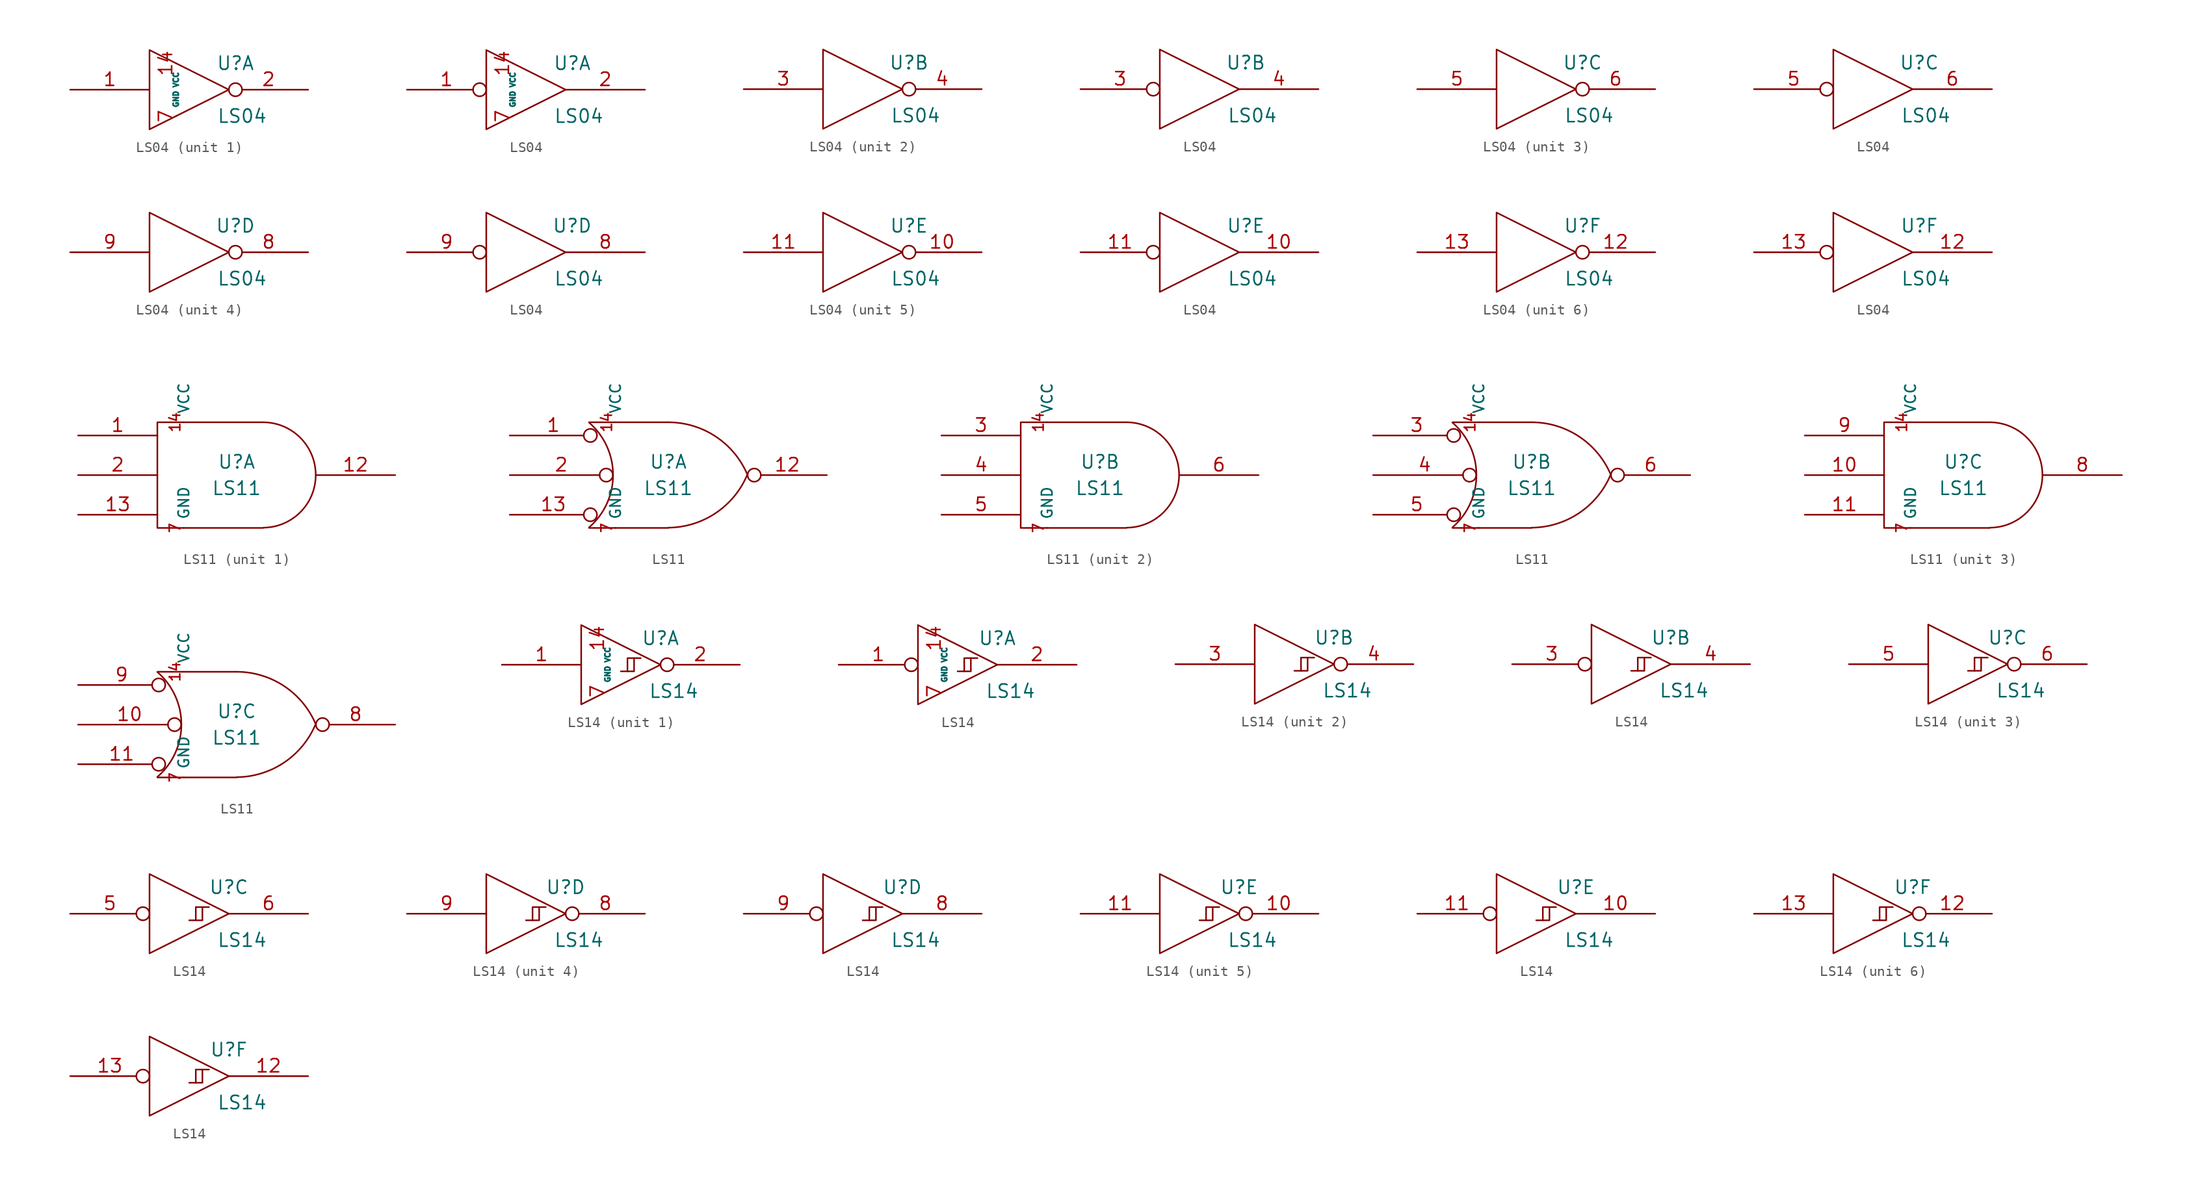
<source format=kicad_sym>
(kicad_symbol_lib
  (version 20211014)
  (generator kicad_symbol_editor)
  (symbol "LS04"
    (pin_names
      (offset 0.762))
    (property "Reference" "U"
      (at 4.445 2.54 0)
      (effects (font (size 1.27 1.27))))
    (property "Value" "LS04"
      (at 5.08 -2.54 0)
      (effects (font (size 1.27 1.27))))
    (symbol "LS04_0_0"
      (polyline (pts (xy -3.81 3.81) (xy -3.81 -3.81) (xy 3.81 0) (xy -3.81 3.81)) (stroke (width 0) (type default) (color 0 0 0 0)) (fill (type none))))
    (symbol "LS04_1_0"
      (pin power_in line (at -1.27 2.54 270) (length 0) (name "VCC" (effects (font (size 0.508 0.508)))) (number "14" (effects (font (size 1.27 1.27)))))
      (pin power_in line (at -1.27 -2.54 90) (length 0) (name "GND" (effects (font (size 0.508 0.508)))) (number "7" (effects (font (size 1.27 1.27))))))
    (symbol "LS04_1_1"
      (pin input line (at -11.43 0 0) (length 7.62) (name "~" (effects (font (size 1.27 1.27)))) (number "1" (effects (font (size 1.27 1.27)))))
      (pin output inverted (at 11.43 0 180) (length 7.62) (name "~" (effects (font (size 1.27 1.27)))) (number "2" (effects (font (size 1.27 1.27))))))
    (symbol "LS04_1_2"
      (pin input inverted (at -11.43 0 0) (length 7.62) (name "~" (effects (font (size 1.27 1.27)))) (number "1" (effects (font (size 1.27 1.27)))))
      (pin output line (at 11.43 0 180) (length 7.62) (name "~" (effects (font (size 1.27 1.27)))) (number "2" (effects (font (size 1.27 1.27))))))
    (symbol "LS04_2_1"
      (pin input line (at -11.43 0 0) (length 7.62) (name "~" (effects (font (size 1.27 1.27)))) (number "3" (effects (font (size 1.27 1.27)))))
      (pin output inverted (at 11.43 0 180) (length 7.62) (name "~" (effects (font (size 1.27 1.27)))) (number "4" (effects (font (size 1.27 1.27))))))
    (symbol "LS04_2_2"
      (pin input inverted (at -11.43 0 0) (length 7.62) (name "~" (effects (font (size 1.27 1.27)))) (number "3" (effects (font (size 1.27 1.27)))))
      (pin output line (at 11.43 0 180) (length 7.62) (name "~" (effects (font (size 1.27 1.27)))) (number "4" (effects (font (size 1.27 1.27))))))
    (symbol "LS04_3_1"
      (pin input line (at -11.43 0 0) (length 7.62) (name "~" (effects (font (size 1.27 1.27)))) (number "5" (effects (font (size 1.27 1.27)))))
      (pin output inverted (at 11.43 0 180) (length 7.62) (name "~" (effects (font (size 1.27 1.27)))) (number "6" (effects (font (size 1.27 1.27))))))
    (symbol "LS04_3_2"
      (pin input inverted (at -11.43 0 0) (length 7.62) (name "~" (effects (font (size 1.27 1.27)))) (number "5" (effects (font (size 1.27 1.27)))))
      (pin output line (at 11.43 0 180) (length 7.62) (name "~" (effects (font (size 1.27 1.27)))) (number "6" (effects (font (size 1.27 1.27))))))
    (symbol "LS04_4_1"
      (pin output inverted (at 11.43 0 180) (length 7.62) (name "~" (effects (font (size 1.27 1.27)))) (number "8" (effects (font (size 1.27 1.27)))))
      (pin input line (at -11.43 0 0) (length 7.62) (name "~" (effects (font (size 1.27 1.27)))) (number "9" (effects (font (size 1.27 1.27))))))
    (symbol "LS04_4_2"
      (pin output line (at 11.43 0 180) (length 7.62) (name "~" (effects (font (size 1.27 1.27)))) (number "8" (effects (font (size 1.27 1.27)))))
      (pin input inverted (at -11.43 0 0) (length 7.62) (name "~" (effects (font (size 1.27 1.27)))) (number "9" (effects (font (size 1.27 1.27))))))
    (symbol "LS04_5_1"
      (pin output inverted (at 11.43 0 180) (length 7.62) (name "~" (effects (font (size 1.27 1.27)))) (number "10" (effects (font (size 1.27 1.27)))))
      (pin input line (at -11.43 0 0) (length 7.62) (name "~" (effects (font (size 1.27 1.27)))) (number "11" (effects (font (size 1.27 1.27))))))
    (symbol "LS04_5_2"
      (pin output line (at 11.43 0 180) (length 7.62) (name "~" (effects (font (size 1.27 1.27)))) (number "10" (effects (font (size 1.27 1.27)))))
      (pin input inverted (at -11.43 0 0) (length 7.62) (name "~" (effects (font (size 1.27 1.27)))) (number "11" (effects (font (size 1.27 1.27))))))
    (symbol "LS04_6_1"
      (pin output inverted (at 11.43 0 180) (length 7.62) (name "~" (effects (font (size 1.27 1.27)))) (number "12" (effects (font (size 1.27 1.27)))))
      (pin input line (at -11.43 0 0) (length 7.62) (name "~" (effects (font (size 1.27 1.27)))) (number "13" (effects (font (size 1.27 1.27))))))
    (symbol "LS04_6_2"
      (pin output line (at 11.43 0 180) (length 7.62) (name "~" (effects (font (size 1.27 1.27)))) (number "12" (effects (font (size 1.27 1.27)))))
      (pin input inverted (at -11.43 0 0) (length 7.62) (name "~" (effects (font (size 1.27 1.27)))) (number "13" (effects (font (size 1.27 1.27)))))))
  (symbol "LS11"
    (pin_names
      (offset 0.762))
    (property "Reference" "U"
      (at 0 1.27 0)
      (effects (font (size 1.27 1.27))))
    (property "Value" "LS11"
      (at 0 -1.27 0)
      (effects (font (size 1.27 1.27))))
    (symbol "LS11_0_0"
      (pin power_in line (at -5.08 5.08 90) (length 0) (name "VCC" (effects (font (size 1.016 1.016)))) (number "14" (effects (font (size 1.016 1.016)))))
      (pin power_in line (at -5.08 -5.08 90) (length 0) (name "GND" (effects (font (size 1.016 1.016)))) (number "7" (effects (font (size 1.016 1.016))))))
    (symbol "LS11_0_1"
      (polyline (pts (xy 2.54 5.08) (xy -7.62 5.08) (xy -7.62 -5.08) (xy 2.54 -5.08)) (stroke (width 0) (type default) (color 0 0 0 0)) (fill (type none)))
      (arc (start 2.5654 -5.0546) (mid 7.5947 0.0001) (end 2.5654 5.08) (stroke (width 0) (type default) (color 0 0 0 0)) (fill (type none))))
    (symbol "LS11_0_2"
      (arc (start -7.62 -5.0292) (mid -5.3094 0.0082) (end -7.62 5.0546) (stroke (width 0.1524) (type default) (color 0 0 0 0)) (fill (type none)))
      (arc (start 0 -5.0546) (mid 4.5632 -3.6449) (end 7.5946 0.0508) (stroke (width 0.1524) (type default) (color 0 0 0 0)) (fill (type none)))
      (polyline (pts (xy -7.62 -5.08) (xy 0 -5.08)) (stroke (width 0.152) (type default) (color 0 0 0 0)) (fill (type none)))
      (polyline (pts (xy -7.62 5.08) (xy 0 5.08)) (stroke (width 0.152) (type default) (color 0 0 0 0)) (fill (type none)))
      (arc (start 7.62 0) (mid 4.5791 3.6936) (end 0 5.08) (stroke (width 0.1524) (type default) (color 0 0 0 0)) (fill (type none))))
    (symbol "LS11_1_1"
      (pin input line (at -15.24 3.81 0) (length 7.62) (name "~" (effects (font (size 1.27 1.27)))) (number "1" (effects (font (size 1.27 1.27)))))
      (pin output line (at 15.24 0 180) (length 7.62) (name "~" (effects (font (size 1.27 1.27)))) (number "12" (effects (font (size 1.27 1.27)))))
      (pin input line (at -15.24 -3.81 0) (length 7.62) (name "~" (effects (font (size 1.27 1.27)))) (number "13" (effects (font (size 1.27 1.27)))))
      (pin input line (at -15.24 0 0) (length 7.62) (name "~" (effects (font (size 1.27 1.27)))) (number "2" (effects (font (size 1.27 1.27))))))
    (symbol "LS11_1_2"
      (pin input inverted (at -15.24 3.81 0) (length 8.382) (name "~" (effects (font (size 1.27 1.27)))) (number "1" (effects (font (size 1.27 1.27)))))
      (pin output inverted (at 15.24 0 180) (length 7.62) (name "~" (effects (font (size 1.27 1.27)))) (number "12" (effects (font (size 1.27 1.27)))))
      (pin input inverted (at -15.24 -3.81 0) (length 8.382) (name "~" (effects (font (size 1.27 1.27)))) (number "13" (effects (font (size 1.27 1.27)))))
      (pin input inverted (at -15.24 0 0) (length 9.906) (name "~" (effects (font (size 1.27 1.27)))) (number "2" (effects (font (size 1.27 1.27))))))
    (symbol "LS11_2_1"
      (pin input line (at -15.24 3.81 0) (length 7.62) (name "~" (effects (font (size 1.27 1.27)))) (number "3" (effects (font (size 1.27 1.27)))))
      (pin input line (at -15.24 0 0) (length 7.62) (name "~" (effects (font (size 1.27 1.27)))) (number "4" (effects (font (size 1.27 1.27)))))
      (pin input line (at -15.24 -3.81 0) (length 7.62) (name "~" (effects (font (size 1.27 1.27)))) (number "5" (effects (font (size 1.27 1.27)))))
      (pin output line (at 15.24 0 180) (length 7.62) (name "~" (effects (font (size 1.27 1.27)))) (number "6" (effects (font (size 1.27 1.27))))))
    (symbol "LS11_2_2"
      (pin input inverted (at -15.24 3.81 0) (length 8.382) (name "~" (effects (font (size 1.27 1.27)))) (number "3" (effects (font (size 1.27 1.27)))))
      (pin input inverted (at -15.24 0 0) (length 9.906) (name "~" (effects (font (size 1.27 1.27)))) (number "4" (effects (font (size 1.27 1.27)))))
      (pin input inverted (at -15.24 -3.81 0) (length 8.382) (name "~" (effects (font (size 1.27 1.27)))) (number "5" (effects (font (size 1.27 1.27)))))
      (pin output inverted (at 15.24 0 180) (length 7.62) (name "~" (effects (font (size 1.27 1.27)))) (number "6" (effects (font (size 1.27 1.27))))))
    (symbol "LS11_3_1"
      (pin input line (at -15.24 0 0) (length 7.62) (name "~" (effects (font (size 1.27 1.27)))) (number "10" (effects (font (size 1.27 1.27)))))
      (pin input line (at -15.24 -3.81 0) (length 7.62) (name "~" (effects (font (size 1.27 1.27)))) (number "11" (effects (font (size 1.27 1.27)))))
      (pin output line (at 15.24 0 180) (length 7.62) (name "~" (effects (font (size 1.27 1.27)))) (number "8" (effects (font (size 1.27 1.27)))))
      (pin input line (at -15.24 3.81 0) (length 7.62) (name "~" (effects (font (size 1.27 1.27)))) (number "9" (effects (font (size 1.27 1.27))))))
    (symbol "LS11_3_2"
      (pin input inverted (at -15.24 0 0) (length 9.906) (name "~" (effects (font (size 1.27 1.27)))) (number "10" (effects (font (size 1.27 1.27)))))
      (pin input inverted (at -15.24 -3.81 0) (length 8.382) (name "~" (effects (font (size 1.27 1.27)))) (number "11" (effects (font (size 1.27 1.27)))))
      (pin output inverted (at 15.24 0 180) (length 7.62) (name "~" (effects (font (size 1.27 1.27)))) (number "8" (effects (font (size 1.27 1.27)))))
      (pin input inverted (at -15.24 3.81 0) (length 8.382) (name "~" (effects (font (size 1.27 1.27)))) (number "9" (effects (font (size 1.27 1.27)))))))
  (symbol "LS14"
    (pin_names
      (offset 0.762))
    (property "Reference" "U"
      (at 3.81 2.54 0)
      (effects (font (size 1.27 1.27))))
    (property "Value" "LS14"
      (at 5.08 -2.54 0)
      (effects (font (size 1.27 1.27))))
    (symbol "LS14_0_0"
      (polyline (pts (xy -3.81 3.81) (xy -3.81 -3.81) (xy 3.81 0) (xy -3.81 3.81)) (stroke (width 0) (type default) (color 0 0 0 0)) (fill (type none))))
    (symbol "LS14_0_1"
      (polyline (pts (xy 1.27 0.635) (xy 1.27 -0.635) (xy 0.635 -0.635)) (stroke (width 0) (type default) (color 0 0 0 0)) (fill (type none)))
      (polyline (pts (xy 1.905 0.635) (xy 0.635 0.635) (xy 0.635 -0.635) (xy 0 -0.635)) (stroke (width 0) (type default) (color 0 0 0 0)) (fill (type none))))
    (symbol "LS14_0_2"
      (polyline (pts (xy 1.27 0.635) (xy 1.27 -0.635) (xy 0.635 -0.635)) (stroke (width 0) (type default) (color 0 0 0 0)) (fill (type none)))
      (polyline (pts (xy 1.905 0.635) (xy 0.635 0.635) (xy 0.635 -0.635) (xy 0 -0.635)) (stroke (width 0) (type default) (color 0 0 0 0)) (fill (type none))))
    (symbol "LS14_1_0"
      (pin power_in line (at -1.27 2.54 270) (length 0) (name "VCC" (effects (font (size 0.508 0.508)))) (number "14" (effects (font (size 1.27 1.27)))))
      (pin power_in line (at -1.27 -2.54 90) (length 0) (name "GND" (effects (font (size 0.508 0.508)))) (number "7" (effects (font (size 1.27 1.27))))))
    (symbol "LS14_1_1"
      (pin input line (at -11.43 0 0) (length 7.62) (name "~" (effects (font (size 1.27 1.27)))) (number "1" (effects (font (size 1.27 1.27)))))
      (pin output inverted (at 11.43 0 180) (length 7.62) (name "~" (effects (font (size 1.27 1.27)))) (number "2" (effects (font (size 1.27 1.27))))))
    (symbol "LS14_1_2"
      (pin input inverted (at -11.43 0 0) (length 7.62) (name "~" (effects (font (size 1.27 1.27)))) (number "1" (effects (font (size 1.27 1.27)))))
      (pin output line (at 11.43 0 180) (length 7.62) (name "~" (effects (font (size 1.27 1.27)))) (number "2" (effects (font (size 1.27 1.27))))))
    (symbol "LS14_2_1"
      (pin input line (at -11.43 0 0) (length 7.62) (name "~" (effects (font (size 1.27 1.27)))) (number "3" (effects (font (size 1.27 1.27)))))
      (pin output inverted (at 11.43 0 180) (length 7.62) (name "~" (effects (font (size 1.27 1.27)))) (number "4" (effects (font (size 1.27 1.27))))))
    (symbol "LS14_2_2"
      (pin input inverted (at -11.43 0 0) (length 7.62) (name "~" (effects (font (size 1.27 1.27)))) (number "3" (effects (font (size 1.27 1.27)))))
      (pin output line (at 11.43 0 180) (length 7.62) (name "~" (effects (font (size 1.27 1.27)))) (number "4" (effects (font (size 1.27 1.27))))))
    (symbol "LS14_3_1"
      (pin input line (at -11.43 0 0) (length 7.62) (name "~" (effects (font (size 1.27 1.27)))) (number "5" (effects (font (size 1.27 1.27)))))
      (pin output inverted (at 11.43 0 180) (length 7.62) (name "~" (effects (font (size 1.27 1.27)))) (number "6" (effects (font (size 1.27 1.27))))))
    (symbol "LS14_3_2"
      (pin input inverted (at -11.43 0 0) (length 7.62) (name "~" (effects (font (size 1.27 1.27)))) (number "5" (effects (font (size 1.27 1.27)))))
      (pin output line (at 11.43 0 180) (length 7.62) (name "~" (effects (font (size 1.27 1.27)))) (number "6" (effects (font (size 1.27 1.27))))))
    (symbol "LS14_4_1"
      (pin output inverted (at 11.43 0 180) (length 7.62) (name "~" (effects (font (size 1.27 1.27)))) (number "8" (effects (font (size 1.27 1.27)))))
      (pin input line (at -11.43 0 0) (length 7.62) (name "~" (effects (font (size 1.27 1.27)))) (number "9" (effects (font (size 1.27 1.27))))))
    (symbol "LS14_4_2"
      (pin output line (at 11.43 0 180) (length 7.62) (name "~" (effects (font (size 1.27 1.27)))) (number "8" (effects (font (size 1.27 1.27)))))
      (pin input inverted (at -11.43 0 0) (length 7.62) (name "~" (effects (font (size 1.27 1.27)))) (number "9" (effects (font (size 1.27 1.27))))))
    (symbol "LS14_5_1"
      (pin output inverted (at 11.43 0 180) (length 7.62) (name "~" (effects (font (size 1.27 1.27)))) (number "10" (effects (font (size 1.27 1.27)))))
      (pin input line (at -11.43 0 0) (length 7.62) (name "~" (effects (font (size 1.27 1.27)))) (number "11" (effects (font (size 1.27 1.27))))))
    (symbol "LS14_5_2"
      (pin output line (at 11.43 0 180) (length 7.62) (name "~" (effects (font (size 1.27 1.27)))) (number "10" (effects (font (size 1.27 1.27)))))
      (pin input inverted (at -11.43 0 0) (length 7.62) (name "~" (effects (font (size 1.27 1.27)))) (number "11" (effects (font (size 1.27 1.27))))))
    (symbol "LS14_6_1"
      (pin output inverted (at 11.43 0 180) (length 7.62) (name "~" (effects (font (size 1.27 1.27)))) (number "12" (effects (font (size 1.27 1.27)))))
      (pin input line (at -11.43 0 0) (length 7.62) (name "~" (effects (font (size 1.27 1.27)))) (number "13" (effects (font (size 1.27 1.27))))))
    (symbol "LS14_6_2"
      (pin output line (at 11.43 0 180) (length 7.62) (name "~" (effects (font (size 1.27 1.27)))) (number "12" (effects (font (size 1.27 1.27)))))
      (pin input inverted (at -11.43 0 0) (length 7.62) (name "~" (effects (font (size 1.27 1.27)))) (number "13" (effects (font (size 1.27 1.27))))))))
</source>
